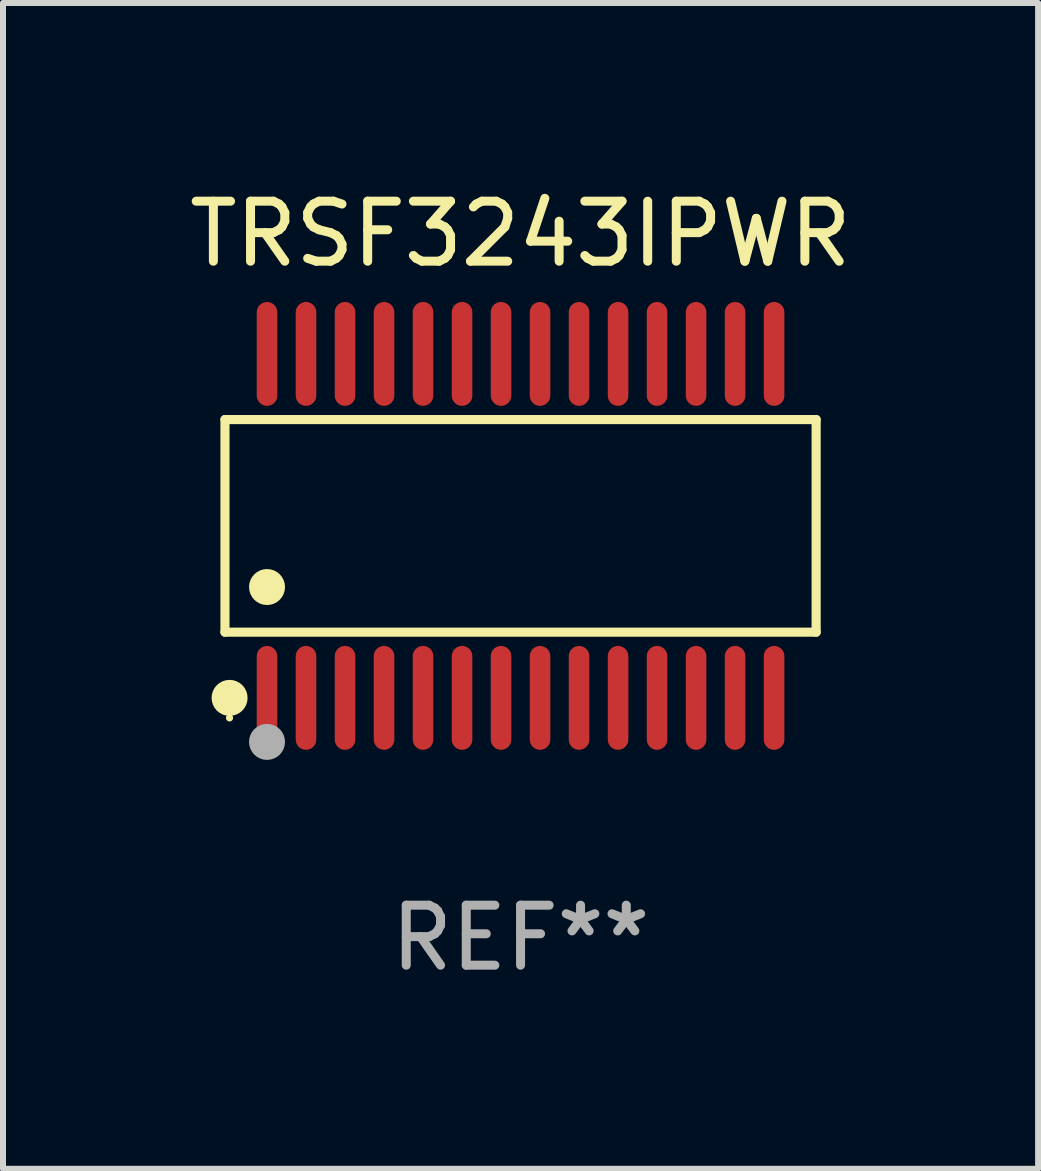
<source format=kicad_pcb>
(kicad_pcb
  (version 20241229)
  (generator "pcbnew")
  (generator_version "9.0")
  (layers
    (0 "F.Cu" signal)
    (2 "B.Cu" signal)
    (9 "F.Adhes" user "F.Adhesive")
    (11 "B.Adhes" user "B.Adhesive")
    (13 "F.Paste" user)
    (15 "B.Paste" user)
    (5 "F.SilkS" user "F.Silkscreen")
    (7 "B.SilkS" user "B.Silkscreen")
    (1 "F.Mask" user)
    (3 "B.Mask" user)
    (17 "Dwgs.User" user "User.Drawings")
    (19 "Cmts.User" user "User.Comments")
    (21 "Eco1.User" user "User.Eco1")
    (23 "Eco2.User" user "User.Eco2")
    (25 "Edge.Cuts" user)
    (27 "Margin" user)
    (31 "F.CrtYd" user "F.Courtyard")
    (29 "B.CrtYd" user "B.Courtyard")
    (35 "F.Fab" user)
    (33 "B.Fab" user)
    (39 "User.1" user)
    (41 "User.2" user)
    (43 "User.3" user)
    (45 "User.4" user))
  (footprint "TRSF3243IPWR"
    (layer "F.Cu")
    (at 5.625 5.714)
    (property "Reference" "TRSF3243IPWR" (at 0 -4.866 0) (layer "F.SilkS") (effects (font (size 1 1) (thickness 0.15))))
    (attr through_hole)
    (fp_line (start -4.926 -1.772) (end 4.926 -1.772) (stroke (width 0.152) (type solid)) (layer "F.SilkS"))
    (fp_line (start -4.926 1.771) (end -4.926 -1.772) (stroke (width 0.152) (type solid)) (layer "F.SilkS"))
    (fp_line (start 4.926 -1.772) (end 4.926 1.771) (stroke (width 0.152) (type solid)) (layer "F.SilkS"))
    (fp_line (start 4.926 1.771) (end -4.926 1.771) (stroke (width 0.152) (type solid)) (layer "F.SilkS"))
    (fp_circle (center -4.85 3.2) (end -4.82 3.2) (stroke (width 0.06) (type solid)) (fill no) (layer "F.SilkS"))
    (fp_circle (center -4.849 2.866) (end -4.699 2.866) (stroke (width 0.3) (type solid)) (fill no) (layer "F.SilkS"))
    (fp_circle (center -4.225 1.019) (end -4.075 1.019) (stroke (width 0.3) (type solid)) (fill no) (layer "F.SilkS"))
    (fp_circle (center -4.225 3.6) (end -4.075 3.6) (stroke (width 0.3) (type solid)) (fill no) (layer "F.Fab"))
    (fp_text user "REF**" (at 0 6.866 0) (layer "F.Fab") (effects (font (size 1 1) (thickness 0.15))))
    (pad "1" smd oval (at -4.225 2.866) (size 0.343 1.731) (layers "F.Cu" "F.Mask" "F.Paste"))
    (pad "2" smd oval (at -3.575 2.866) (size 0.343 1.731) (layers "F.Cu" "F.Mask" "F.Paste"))
    (pad "3" smd oval (at -2.925 2.866) (size 0.343 1.731) (layers "F.Cu" "F.Mask" "F.Paste"))
    (pad "4" smd oval (at -2.275 2.866) (size 0.343 1.731) (layers "F.Cu" "F.Mask" "F.Paste"))
    (pad "5" smd oval (at -1.625 2.866) (size 0.343 1.731) (layers "F.Cu" "F.Mask" "F.Paste"))
    (pad "6" smd oval (at -0.975 2.866) (size 0.343 1.731) (layers "F.Cu" "F.Mask" "F.Paste"))
    (pad "7" smd oval (at -0.325 2.866) (size 0.343 1.731) (layers "F.Cu" "F.Mask" "F.Paste"))
    (pad "8" smd oval (at 0.325 2.866) (size 0.343 1.731) (layers "F.Cu" "F.Mask" "F.Paste"))
    (pad "9" smd oval (at 0.975 2.866) (size 0.343 1.731) (layers "F.Cu" "F.Mask" "F.Paste"))
    (pad "10" smd oval (at 1.625 2.866) (size 0.343 1.731) (layers "F.Cu" "F.Mask" "F.Paste"))
    (pad "11" smd oval (at 2.275 2.866) (size 0.343 1.731) (layers "F.Cu" "F.Mask" "F.Paste"))
    (pad "12" smd oval (at 2.925 2.866) (size 0.343 1.731) (layers "F.Cu" "F.Mask" "F.Paste"))
    (pad "13" smd oval (at 3.575 2.866) (size 0.343 1.731) (layers "F.Cu" "F.Mask" "F.Paste"))
    (pad "14" smd oval (at 4.225 2.866) (size 0.343 1.731) (layers "F.Cu" "F.Mask" "F.Paste"))
    (pad "15" smd oval (at 4.225 -2.866) (size 0.343 1.731) (layers "F.Cu" "F.Mask" "F.Paste"))
    (pad "16" smd oval (at 3.575 -2.866) (size 0.343 1.731) (layers "F.Cu" "F.Mask" "F.Paste"))
    (pad "17" smd oval (at 2.925 -2.866) (size 0.343 1.731) (layers "F.Cu" "F.Mask" "F.Paste"))
    (pad "18" smd oval (at 2.275 -2.866) (size 0.343 1.731) (layers "F.Cu" "F.Mask" "F.Paste"))
    (pad "19" smd oval (at 1.625 -2.866) (size 0.343 1.731) (layers "F.Cu" "F.Mask" "F.Paste"))
    (pad "20" smd oval (at 0.975 -2.866) (size 0.343 1.731) (layers "F.Cu" "F.Mask" "F.Paste"))
    (pad "21" smd oval (at 0.325 -2.866) (size 0.343 1.731) (layers "F.Cu" "F.Mask" "F.Paste"))
    (pad "22" smd oval (at -0.325 -2.866) (size 0.343 1.731) (layers "F.Cu" "F.Mask" "F.Paste"))
    (pad "23" smd oval (at -0.975 -2.866) (size 0.343 1.731) (layers "F.Cu" "F.Mask" "F.Paste"))
    (pad "24" smd oval (at -1.625 -2.866) (size 0.343 1.731) (layers "F.Cu" "F.Mask" "F.Paste"))
    (pad "25" smd oval (at -2.275 -2.866) (size 0.343 1.731) (layers "F.Cu" "F.Mask" "F.Paste"))
    (pad "26" smd oval (at -2.925 -2.866) (size 0.343 1.731) (layers "F.Cu" "F.Mask" "F.Paste"))
    (pad "27" smd oval (at -3.575 -2.866) (size 0.343 1.731) (layers "F.Cu" "F.Mask" "F.Paste"))
    (pad "28" smd oval (at -4.225 -2.866) (size 0.343 1.731) (layers "F.Cu" "F.Mask" "F.Paste")))
  (gr_rect
    (start -3 -3)
    (end 14.25 16.428)
    (stroke (width 0.1) (type default))
    (fill no)
    (layer "Edge.Cuts")))
</source>
